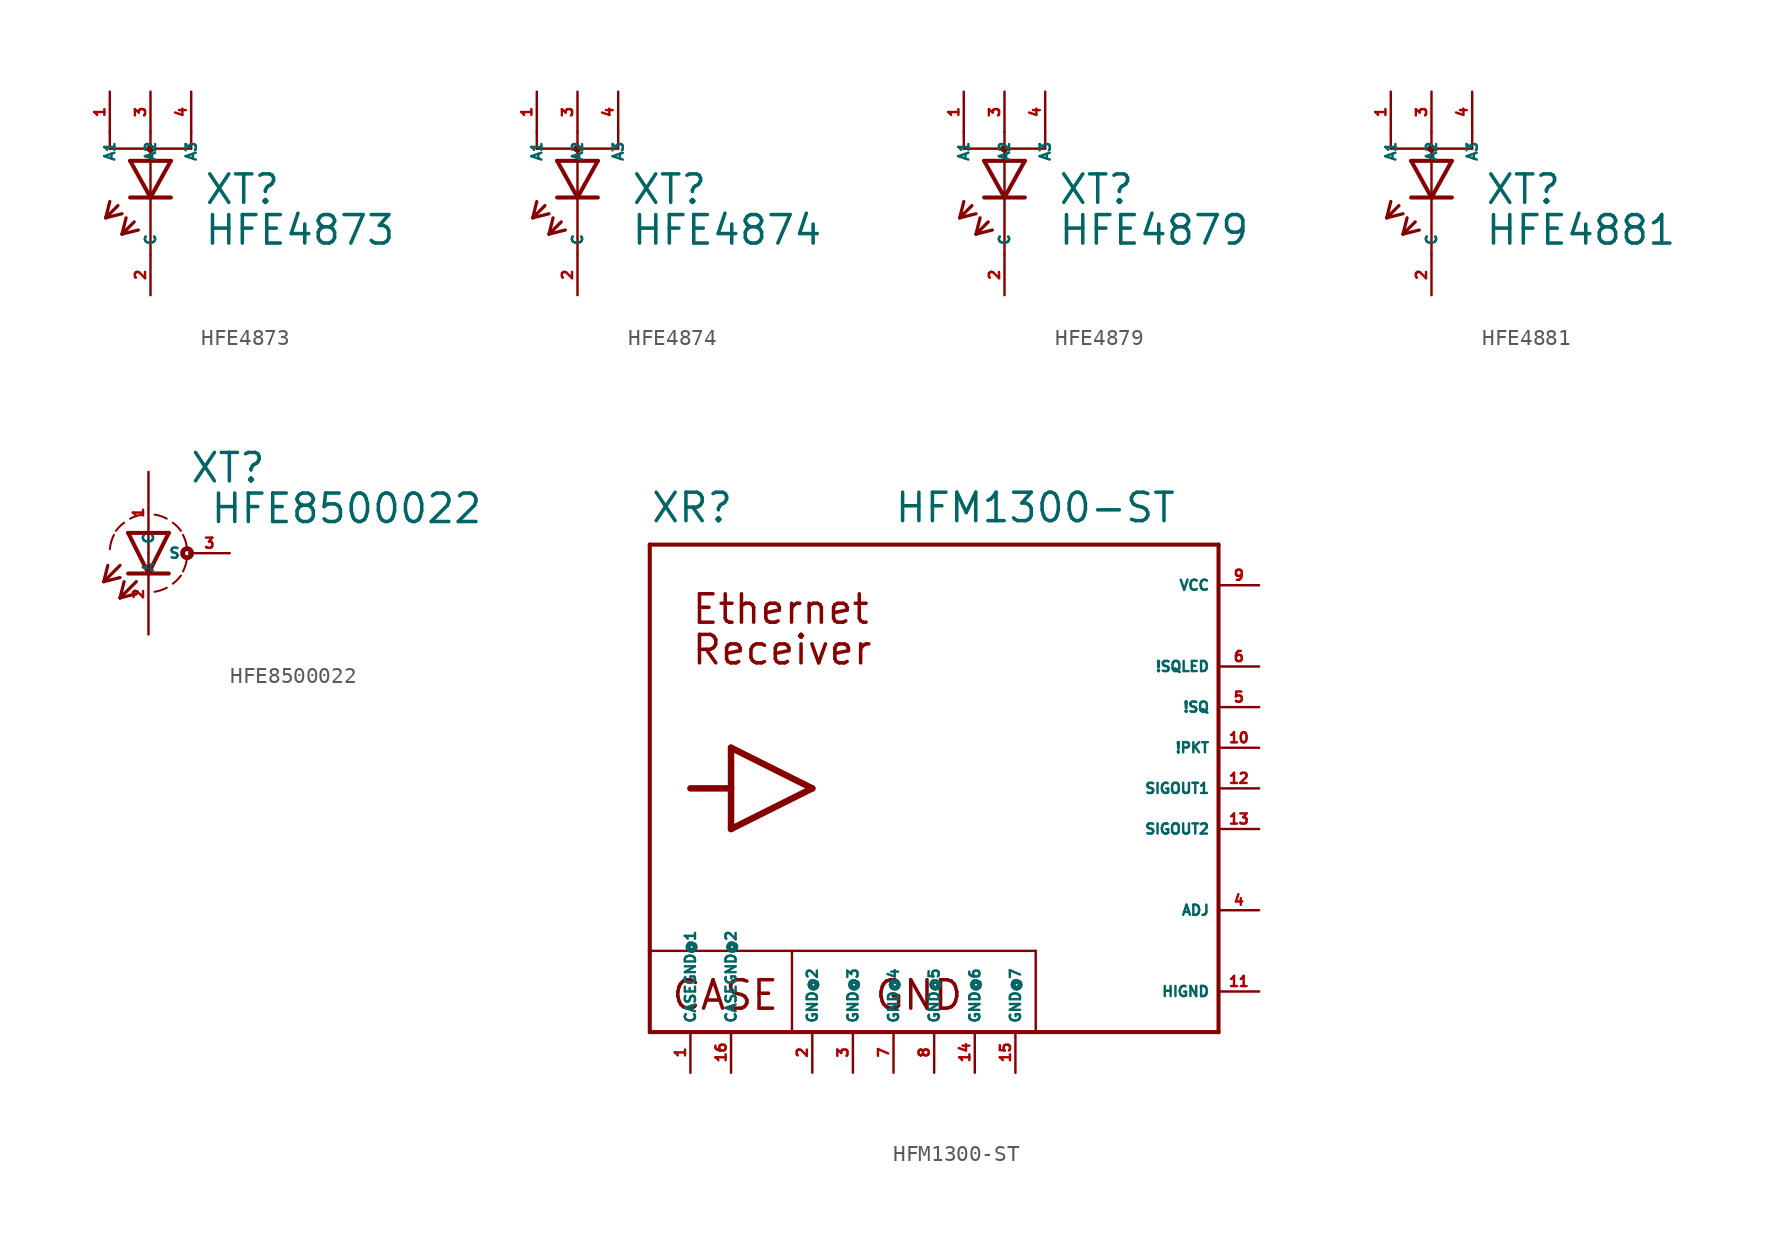
<source format=kicad_sym>
(kicad_symbol_lib
  (version 20220914)
  (generator Eagle2Kicad)
  (symbol "HFE4873"
    (property "Reference" "XT"
      (at 3.302 -2.057 0)
      (effects (font (size 1.778 1.778) (thickness 0.22)) (justify left bottom)))
    (property "Value" "HFE4873"
      (at 3.302 -4.597 0)
      (effects (font (size 1.778 1.778) (thickness 0.22)) (justify left bottom)))
    (polyline
      (pts (xy -1.27 0.762) (xy 0 -1.524))
      (stroke (width 0.254) (type default))
      (fill (type none)))
    (polyline
      (pts (xy 0 -1.524) (xy 1.27 0.762))
      (stroke (width 0.254) (type default))
      (fill (type none)))
    (polyline
      (pts (xy 1.27 -1.524) (xy 0 -1.524))
      (stroke (width 0.254) (type default))
      (fill (type none)))
    (polyline
      (pts (xy 1.27 0.762) (xy -1.27 0.762))
      (stroke (width 0.254) (type default))
      (fill (type none)))
    (polyline
      (pts (xy 0 -1.524) (xy -1.27 -1.524))
      (stroke (width 0.254) (type default))
      (fill (type none)))
    (polyline
      (pts (xy -2.032 -2.032) (xy -2.794 -2.794))
      (stroke (width 0.203) (type default))
      (fill (type none)))
    (polyline
      (pts (xy -2.794 -2.794) (xy -1.778 -2.54))
      (stroke (width 0.203) (type default))
      (fill (type none)))
    (polyline
      (pts (xy -2.794 -2.794) (xy -2.54 -1.778))
      (stroke (width 0.203) (type default))
      (fill (type none)))
    (polyline
      (pts (xy -1.016 -3.048) (xy -1.778 -3.81))
      (stroke (width 0.203) (type default))
      (fill (type none)))
    (polyline
      (pts (xy -1.778 -3.81) (xy -0.762 -3.556))
      (stroke (width 0.203) (type default))
      (fill (type none)))
    (polyline
      (pts (xy -1.778 -3.81) (xy -1.524 -2.794))
      (stroke (width 0.203) (type default))
      (fill (type none)))
    (polyline
      (pts (xy 2.54 1.524) (xy 0 1.524))
      (stroke (width 0.152) (type default))
      (fill (type none)))
    (polyline
      (pts (xy 0 1.524) (xy -2.54 1.524))
      (stroke (width 0.152) (type default))
      (fill (type none)))
    (polyline
      (pts (xy 0 -5.08) (xy 0 1.524))
      (stroke (width 0.152) (type default))
      (fill (type none)))
    (polyline
      (pts (xy 0 1.524) (xy 0 1.778))
      (stroke (width 0.152) (type default))
      (fill (type none)))
    (polyline
      (pts (xy 2.54 1.524) (xy 2.54 2.54))
      (stroke (width 0.152) (type default))
      (fill (type none)))
    (polyline
      (pts (xy 0 1.524) (xy 0 2.54))
      (stroke (width 0.152) (type default))
      (fill (type none)))
    (polyline
      (pts (xy -2.54 1.524) (xy -2.54 2.54))
      (stroke (width 0.152) (type default))
      (fill (type none)))
    (circle
      (center 0 1.524)
      (radius 0.127)
      (stroke (width 0.254) (type default))
      (fill (type none)))
    (pin passive line
      (at 0 -7.62 90)
      (length 2.54)
      (name "C" (effects (font (size 0.635 0.635) (thickness 0.08)) (justify left bottom)))
      (number "2" (effects (font (size 0.635 0.635) (thickness 0.08)) (justify left bottom))))
    (pin passive line
      (at 0 5.08 270)
      (length 2.54)
      (name "A2" (effects (font (size 0.635 0.635) (thickness 0.08)) (justify left bottom)))
      (number "3" (effects (font (size 0.635 0.635) (thickness 0.08)) (justify left bottom))))
    (pin passive line
      (at 2.54 5.08 270)
      (length 2.54)
      (name "A3" (effects (font (size 0.635 0.635) (thickness 0.08)) (justify left bottom)))
      (number "4" (effects (font (size 0.635 0.635) (thickness 0.08)) (justify left bottom))))
    (pin passive line
      (at -2.54 5.08 270)
      (length 2.54)
      (name "A1" (effects (font (size 0.635 0.635) (thickness 0.08)) (justify left bottom)))
      (number "1" (effects (font (size 0.635 0.635) (thickness 0.08)) (justify left bottom)))))
  (symbol "HFE4874"
    (property "Reference" "XT"
      (at 3.302 -2.057 0)
      (effects (font (size 1.778 1.778) (thickness 0.22)) (justify left bottom)))
    (property "Value" "HFE4874"
      (at 3.302 -4.597 0)
      (effects (font (size 1.778 1.778) (thickness 0.22)) (justify left bottom)))
    (polyline
      (pts (xy -1.27 0.762) (xy 0 -1.524))
      (stroke (width 0.254) (type default))
      (fill (type none)))
    (polyline
      (pts (xy 0 -1.524) (xy 1.27 0.762))
      (stroke (width 0.254) (type default))
      (fill (type none)))
    (polyline
      (pts (xy 1.27 -1.524) (xy 0 -1.524))
      (stroke (width 0.254) (type default))
      (fill (type none)))
    (polyline
      (pts (xy 1.27 0.762) (xy -1.27 0.762))
      (stroke (width 0.254) (type default))
      (fill (type none)))
    (polyline
      (pts (xy 0 -1.524) (xy -1.27 -1.524))
      (stroke (width 0.254) (type default))
      (fill (type none)))
    (polyline
      (pts (xy -2.032 -2.032) (xy -2.794 -2.794))
      (stroke (width 0.203) (type default))
      (fill (type none)))
    (polyline
      (pts (xy -2.794 -2.794) (xy -1.778 -2.54))
      (stroke (width 0.203) (type default))
      (fill (type none)))
    (polyline
      (pts (xy -2.794 -2.794) (xy -2.54 -1.778))
      (stroke (width 0.203) (type default))
      (fill (type none)))
    (polyline
      (pts (xy -1.016 -3.048) (xy -1.778 -3.81))
      (stroke (width 0.203) (type default))
      (fill (type none)))
    (polyline
      (pts (xy -1.778 -3.81) (xy -0.762 -3.556))
      (stroke (width 0.203) (type default))
      (fill (type none)))
    (polyline
      (pts (xy -1.778 -3.81) (xy -1.524 -2.794))
      (stroke (width 0.203) (type default))
      (fill (type none)))
    (polyline
      (pts (xy 2.54 1.524) (xy 0 1.524))
      (stroke (width 0.152) (type default))
      (fill (type none)))
    (polyline
      (pts (xy 0 1.524) (xy -2.54 1.524))
      (stroke (width 0.152) (type default))
      (fill (type none)))
    (polyline
      (pts (xy 0 -5.08) (xy 0 1.524))
      (stroke (width 0.152) (type default))
      (fill (type none)))
    (polyline
      (pts (xy 0 1.524) (xy 0 1.778))
      (stroke (width 0.152) (type default))
      (fill (type none)))
    (polyline
      (pts (xy 2.54 1.524) (xy 2.54 2.54))
      (stroke (width 0.152) (type default))
      (fill (type none)))
    (polyline
      (pts (xy 0 1.524) (xy 0 2.54))
      (stroke (width 0.152) (type default))
      (fill (type none)))
    (polyline
      (pts (xy -2.54 1.524) (xy -2.54 2.54))
      (stroke (width 0.152) (type default))
      (fill (type none)))
    (circle
      (center 0 1.524)
      (radius 0.127)
      (stroke (width 0.254) (type default))
      (fill (type none)))
    (pin passive line
      (at 0 -7.62 90)
      (length 2.54)
      (name "C" (effects (font (size 0.635 0.635) (thickness 0.08)) (justify left bottom)))
      (number "2" (effects (font (size 0.635 0.635) (thickness 0.08)) (justify left bottom))))
    (pin passive line
      (at 0 5.08 270)
      (length 2.54)
      (name "A2" (effects (font (size 0.635 0.635) (thickness 0.08)) (justify left bottom)))
      (number "3" (effects (font (size 0.635 0.635) (thickness 0.08)) (justify left bottom))))
    (pin passive line
      (at 2.54 5.08 270)
      (length 2.54)
      (name "A3" (effects (font (size 0.635 0.635) (thickness 0.08)) (justify left bottom)))
      (number "4" (effects (font (size 0.635 0.635) (thickness 0.08)) (justify left bottom))))
    (pin passive line
      (at -2.54 5.08 270)
      (length 2.54)
      (name "A1" (effects (font (size 0.635 0.635) (thickness 0.08)) (justify left bottom)))
      (number "1" (effects (font (size 0.635 0.635) (thickness 0.08)) (justify left bottom)))))
  (symbol "HFE4879"
    (property "Reference" "XT"
      (at 3.302 -2.057 0)
      (effects (font (size 1.778 1.778) (thickness 0.22)) (justify left bottom)))
    (property "Value" "HFE4879"
      (at 3.302 -4.597 0)
      (effects (font (size 1.778 1.778) (thickness 0.22)) (justify left bottom)))
    (polyline
      (pts (xy -1.27 0.762) (xy 0 -1.524))
      (stroke (width 0.254) (type default))
      (fill (type none)))
    (polyline
      (pts (xy 0 -1.524) (xy 1.27 0.762))
      (stroke (width 0.254) (type default))
      (fill (type none)))
    (polyline
      (pts (xy 1.27 -1.524) (xy 0 -1.524))
      (stroke (width 0.254) (type default))
      (fill (type none)))
    (polyline
      (pts (xy 1.27 0.762) (xy -1.27 0.762))
      (stroke (width 0.254) (type default))
      (fill (type none)))
    (polyline
      (pts (xy 0 -1.524) (xy -1.27 -1.524))
      (stroke (width 0.254) (type default))
      (fill (type none)))
    (polyline
      (pts (xy -2.032 -2.032) (xy -2.794 -2.794))
      (stroke (width 0.203) (type default))
      (fill (type none)))
    (polyline
      (pts (xy -2.794 -2.794) (xy -1.778 -2.54))
      (stroke (width 0.203) (type default))
      (fill (type none)))
    (polyline
      (pts (xy -2.794 -2.794) (xy -2.54 -1.778))
      (stroke (width 0.203) (type default))
      (fill (type none)))
    (polyline
      (pts (xy -1.016 -3.048) (xy -1.778 -3.81))
      (stroke (width 0.203) (type default))
      (fill (type none)))
    (polyline
      (pts (xy -1.778 -3.81) (xy -0.762 -3.556))
      (stroke (width 0.203) (type default))
      (fill (type none)))
    (polyline
      (pts (xy -1.778 -3.81) (xy -1.524 -2.794))
      (stroke (width 0.203) (type default))
      (fill (type none)))
    (polyline
      (pts (xy 2.54 1.524) (xy 0 1.524))
      (stroke (width 0.152) (type default))
      (fill (type none)))
    (polyline
      (pts (xy 0 1.524) (xy -2.54 1.524))
      (stroke (width 0.152) (type default))
      (fill (type none)))
    (polyline
      (pts (xy 0 -5.08) (xy 0 1.524))
      (stroke (width 0.152) (type default))
      (fill (type none)))
    (polyline
      (pts (xy 0 1.524) (xy 0 1.778))
      (stroke (width 0.152) (type default))
      (fill (type none)))
    (polyline
      (pts (xy 2.54 1.524) (xy 2.54 2.54))
      (stroke (width 0.152) (type default))
      (fill (type none)))
    (polyline
      (pts (xy 0 1.524) (xy 0 2.54))
      (stroke (width 0.152) (type default))
      (fill (type none)))
    (polyline
      (pts (xy -2.54 1.524) (xy -2.54 2.54))
      (stroke (width 0.152) (type default))
      (fill (type none)))
    (circle
      (center 0 1.524)
      (radius 0.127)
      (stroke (width 0.254) (type default))
      (fill (type none)))
    (pin passive line
      (at 0 -7.62 90)
      (length 2.54)
      (name "C" (effects (font (size 0.635 0.635) (thickness 0.08)) (justify left bottom)))
      (number "2" (effects (font (size 0.635 0.635) (thickness 0.08)) (justify left bottom))))
    (pin passive line
      (at 0 5.08 270)
      (length 2.54)
      (name "A2" (effects (font (size 0.635 0.635) (thickness 0.08)) (justify left bottom)))
      (number "3" (effects (font (size 0.635 0.635) (thickness 0.08)) (justify left bottom))))
    (pin passive line
      (at 2.54 5.08 270)
      (length 2.54)
      (name "A3" (effects (font (size 0.635 0.635) (thickness 0.08)) (justify left bottom)))
      (number "4" (effects (font (size 0.635 0.635) (thickness 0.08)) (justify left bottom))))
    (pin passive line
      (at -2.54 5.08 270)
      (length 2.54)
      (name "A1" (effects (font (size 0.635 0.635) (thickness 0.08)) (justify left bottom)))
      (number "1" (effects (font (size 0.635 0.635) (thickness 0.08)) (justify left bottom)))))
  (symbol "HFE4881"
    (property "Reference" "XT"
      (at 3.302 -2.057 0)
      (effects (font (size 1.778 1.778) (thickness 0.22)) (justify left bottom)))
    (property "Value" "HFE4881"
      (at 3.302 -4.597 0)
      (effects (font (size 1.778 1.778) (thickness 0.22)) (justify left bottom)))
    (polyline
      (pts (xy -1.27 0.762) (xy 0 -1.524))
      (stroke (width 0.254) (type default))
      (fill (type none)))
    (polyline
      (pts (xy 0 -1.524) (xy 1.27 0.762))
      (stroke (width 0.254) (type default))
      (fill (type none)))
    (polyline
      (pts (xy 1.27 -1.524) (xy 0 -1.524))
      (stroke (width 0.254) (type default))
      (fill (type none)))
    (polyline
      (pts (xy 1.27 0.762) (xy -1.27 0.762))
      (stroke (width 0.254) (type default))
      (fill (type none)))
    (polyline
      (pts (xy 0 -1.524) (xy -1.27 -1.524))
      (stroke (width 0.254) (type default))
      (fill (type none)))
    (polyline
      (pts (xy -2.032 -2.032) (xy -2.794 -2.794))
      (stroke (width 0.203) (type default))
      (fill (type none)))
    (polyline
      (pts (xy -2.794 -2.794) (xy -1.778 -2.54))
      (stroke (width 0.203) (type default))
      (fill (type none)))
    (polyline
      (pts (xy -2.794 -2.794) (xy -2.54 -1.778))
      (stroke (width 0.203) (type default))
      (fill (type none)))
    (polyline
      (pts (xy -1.016 -3.048) (xy -1.778 -3.81))
      (stroke (width 0.203) (type default))
      (fill (type none)))
    (polyline
      (pts (xy -1.778 -3.81) (xy -0.762 -3.556))
      (stroke (width 0.203) (type default))
      (fill (type none)))
    (polyline
      (pts (xy -1.778 -3.81) (xy -1.524 -2.794))
      (stroke (width 0.203) (type default))
      (fill (type none)))
    (polyline
      (pts (xy 2.54 1.524) (xy 0 1.524))
      (stroke (width 0.152) (type default))
      (fill (type none)))
    (polyline
      (pts (xy 0 1.524) (xy -2.54 1.524))
      (stroke (width 0.152) (type default))
      (fill (type none)))
    (polyline
      (pts (xy 0 -5.08) (xy 0 1.524))
      (stroke (width 0.152) (type default))
      (fill (type none)))
    (polyline
      (pts (xy 0 1.524) (xy 0 1.778))
      (stroke (width 0.152) (type default))
      (fill (type none)))
    (polyline
      (pts (xy 2.54 1.524) (xy 2.54 2.54))
      (stroke (width 0.152) (type default))
      (fill (type none)))
    (polyline
      (pts (xy 0 1.524) (xy 0 2.54))
      (stroke (width 0.152) (type default))
      (fill (type none)))
    (polyline
      (pts (xy -2.54 1.524) (xy -2.54 2.54))
      (stroke (width 0.152) (type default))
      (fill (type none)))
    (circle
      (center 0 1.524)
      (radius 0.127)
      (stroke (width 0.254) (type default))
      (fill (type none)))
    (pin passive line
      (at 0 -7.62 90)
      (length 2.54)
      (name "C" (effects (font (size 0.635 0.635) (thickness 0.08)) (justify left bottom)))
      (number "2" (effects (font (size 0.635 0.635) (thickness 0.08)) (justify left bottom))))
    (pin passive line
      (at 0 5.08 270)
      (length 2.54)
      (name "A2" (effects (font (size 0.635 0.635) (thickness 0.08)) (justify left bottom)))
      (number "3" (effects (font (size 0.635 0.635) (thickness 0.08)) (justify left bottom))))
    (pin passive line
      (at 2.54 5.08 270)
      (length 2.54)
      (name "A3" (effects (font (size 0.635 0.635) (thickness 0.08)) (justify left bottom)))
      (number "4" (effects (font (size 0.635 0.635) (thickness 0.08)) (justify left bottom))))
    (pin passive line
      (at -2.54 5.08 270)
      (length 2.54)
      (name "A1" (effects (font (size 0.635 0.635) (thickness 0.08)) (justify left bottom)))
      (number "1" (effects (font (size 0.635 0.635) (thickness 0.08)) (justify left bottom)))))
  (symbol "HFE8500022"
    (property "Reference" "XT"
      (at 2.54 4.293 0)
      (effects (font (size 1.778 1.778) (thickness 0.22)) (justify left bottom)))
    (property "Value" "HFE8500022"
      (at 3.81 1.753 0)
      (effects (font (size 1.778 1.778) (thickness 0.22)) (justify left bottom)))
    (polyline
      (pts (xy -1.27 1.27) (xy 0 -1.27))
      (stroke (width 0.254) (type default))
      (fill (type none)))
    (polyline
      (pts (xy 0 -1.27) (xy 1.27 1.27))
      (stroke (width 0.254) (type default))
      (fill (type none)))
    (polyline
      (pts (xy 1.27 -1.27) (xy 0 -1.27))
      (stroke (width 0.254) (type default))
      (fill (type none)))
    (polyline
      (pts (xy 1.27 1.27) (xy -1.27 1.27))
      (stroke (width 0.254) (type default))
      (fill (type none)))
    (polyline
      (pts (xy 0 -1.27) (xy -1.27 -1.27))
      (stroke (width 0.254) (type default))
      (fill (type none)))
    (polyline
      (pts (xy -1.778 -0.762) (xy -2.794 -1.778))
      (stroke (width 0.203) (type default))
      (fill (type none)))
    (polyline
      (pts (xy -2.794 -1.778) (xy -1.778 -1.524))
      (stroke (width 0.203) (type default))
      (fill (type none)))
    (polyline
      (pts (xy -2.794 -1.778) (xy -2.54 -0.762))
      (stroke (width 0.203) (type default))
      (fill (type none)))
    (polyline
      (pts (xy -0.762 -1.778) (xy -1.778 -2.794))
      (stroke (width 0.203) (type default))
      (fill (type none)))
    (polyline
      (pts (xy -1.778 -2.794) (xy -0.762 -2.54))
      (stroke (width 0.203) (type default))
      (fill (type none)))
    (polyline
      (pts (xy -1.778 -2.794) (xy -1.524 -1.778))
      (stroke (width 0.203) (type default))
      (fill (type none)))
    (arc
      (start 0.381 -2.413)
      (mid 0.773 -2.318)
      (end 1.143 -2.159)
      (stroke (width 0.127) (type default))
      (fill (type none)))
    (arc
      (start 2.159 -1.143)
      (mid 2.329 -0.711)
      (end 2.413 -0.254)
      (stroke (width 0.127) (type default))
      (fill (type none)))
    (arc
      (start 2.413 0.254)
      (mid 2.329 0.711)
      (end 2.159 1.143)
      (stroke (width 0.127) (type default))
      (fill (type none)))
    (arc
      (start 2.032 1.397)
      (mid 1.797 1.670)
      (end 1.524 1.905)
      (stroke (width 0.127) (type default))
      (fill (type none)))
    (arc
      (start 1.143 2.159)
      (mid 0.773 2.318)
      (end 0.381 2.413)
      (stroke (width 0.127) (type default))
      (fill (type none)))
    (arc
      (start 1.524 -1.905)
      (mid 1.797 -1.670)
      (end 2.032 -1.397)
      (stroke (width 0.127) (type default))
      (fill (type none)))
    (arc
      (start -0.381 2.413)
      (mid -0.773 2.318)
      (end -1.143 2.159)
      (stroke (width 0.127) (type default))
      (fill (type none)))
    (arc
      (start -1.524 1.905)
      (mid -1.797 1.670)
      (end -2.032 1.397)
      (stroke (width 0.127) (type default))
      (fill (type none)))
    (arc
      (start -2.159 1.143)
      (mid -2.329 0.711)
      (end -2.413 0.254)
      (stroke (width 0.127) (type default))
      (fill (type none)))
    (circle
      (center 2.413 0)
      (radius 0.127)
      (stroke (width 0.305) (type default))
      (fill (type none)))
    (pin passive line
      (at 0 5.08 270)
      (length 5.08)
      (name "A" (effects (font (size 0.635 0.635) (thickness 0.08)) (justify left bottom)))
      (number "1" (effects (font (size 0.635 0.635) (thickness 0.08)) (justify left bottom))))
    (pin passive line
      (at 0 -5.08 90)
      (length 5.08)
      (name "C" (effects (font (size 0.635 0.635) (thickness 0.08)) (justify left bottom)))
      (number "2" (effects (font (size 0.635 0.635) (thickness 0.08)) (justify left bottom))))
    (pin passive line
      (at 5.08 0 180)
      (length 2.54)
      (name "S" (effects (font (size 0.635 0.635) (thickness 0.08)) (justify left bottom)))
      (number "3" (effects (font (size 0.635 0.635) (thickness 0.08)) (justify left bottom)))))
  (symbol "HFM1300-ST"
    (property "Reference" "XR"
      (at -17.78 16.51 0)
      (effects (font (size 1.778 1.778) (thickness 0.22)) (justify left bottom)))
    (property "Value" "HFM1300-ST"
      (at -2.54 16.51 0)
      (effects (font (size 1.778 1.778) (thickness 0.22)) (justify left bottom)))
    (polyline
      (pts (xy 17.78 -15.24) (xy 6.35 -15.24))
      (stroke (width 0.254) (type default))
      (fill (type none)))
    (polyline
      (pts (xy 6.35 -15.24) (xy -8.89 -15.24))
      (stroke (width 0.254) (type default))
      (fill (type none)))
    (polyline
      (pts (xy -8.89 -15.24) (xy -17.78 -15.24))
      (stroke (width 0.254) (type default))
      (fill (type none)))
    (polyline
      (pts (xy -17.78 -15.24) (xy -17.78 -10.16))
      (stroke (width 0.254) (type default))
      (fill (type none)))
    (polyline
      (pts (xy -17.78 -10.16) (xy -17.78 15.24))
      (stroke (width 0.254) (type default))
      (fill (type none)))
    (polyline
      (pts (xy -17.78 15.24) (xy 17.78 15.24))
      (stroke (width 0.254) (type default))
      (fill (type none)))
    (polyline
      (pts (xy 17.78 15.24) (xy 17.78 -15.24))
      (stroke (width 0.254) (type default))
      (fill (type none)))
    (polyline
      (pts (xy -15.24 0) (xy -12.7 0))
      (stroke (width 0.406) (type default))
      (fill (type none)))
    (polyline
      (pts (xy -7.62 0) (xy -12.7 2.54))
      (stroke (width 0.406) (type default))
      (fill (type none)))
    (polyline
      (pts (xy -12.7 2.54) (xy -12.7 0))
      (stroke (width 0.406) (type default))
      (fill (type none)))
    (polyline
      (pts (xy -12.7 0) (xy -12.7 -2.54))
      (stroke (width 0.406) (type default))
      (fill (type none)))
    (polyline
      (pts (xy -12.7 -2.54) (xy -7.62 0))
      (stroke (width 0.406) (type default))
      (fill (type none)))
    (polyline
      (pts (xy -17.78 -10.16) (xy -8.89 -10.16))
      (stroke (width 0.152) (type default))
      (fill (type none)))
    (polyline
      (pts (xy -8.89 -10.16) (xy -8.89 -15.24))
      (stroke (width 0.152) (type default))
      (fill (type none)))
    (polyline
      (pts (xy -8.89 -10.16) (xy 6.35 -10.16))
      (stroke (width 0.152) (type default))
      (fill (type none)))
    (polyline
      (pts (xy 6.35 -10.16) (xy 6.35 -15.24))
      (stroke (width 0.152) (type default))
      (fill (type none)))
    (text "CASE"
      (at -16.51 -13.97 0)
      (effects (font (size 1.778 1.778) (thickness 0.22)) (justify left bottom)))
    (text "GND"
      (at -3.81 -13.97 0)
      (effects (font (size 1.778 1.778) (thickness 0.22)) (justify left bottom)))
    (text "Ethernet"
      (at -15.24 10.16 0)
      (effects (font (size 1.778 1.778) (thickness 0.22)) (justify left bottom)))
    (text "Receiver"
      (at -15.24 7.62 0)
      (effects (font (size 1.778 1.778) (thickness 0.22)) (justify left bottom)))
    (pin unspecified line
      (at -15.24 -17.78 90)
      (length 2.54)
      (name "CASEGND@1" (effects (font (size 0.635 0.635) (thickness 0.08)) (justify left bottom)))
      (number "1" (effects (font (size 0.635 0.635) (thickness 0.08)) (justify left bottom))))
    (pin unspecified line
      (at -7.62 -17.78 90)
      (length 2.54)
      (name "GND@2" (effects (font (size 0.635 0.635) (thickness 0.08)) (justify left bottom)))
      (number "2" (effects (font (size 0.635 0.635) (thickness 0.08)) (justify left bottom))))
    (pin unspecified line
      (at -5.08 -17.78 90)
      (length 2.54)
      (name "GND@3" (effects (font (size 0.635 0.635) (thickness 0.08)) (justify left bottom)))
      (number "3" (effects (font (size 0.635 0.635) (thickness 0.08)) (justify left bottom))))
    (pin unspecified line
      (at -2.54 -17.78 90)
      (length 2.54)
      (name "GND@4" (effects (font (size 0.635 0.635) (thickness 0.08)) (justify left bottom)))
      (number "7" (effects (font (size 0.635 0.635) (thickness 0.08)) (justify left bottom))))
    (pin unspecified line
      (at 0 -17.78 90)
      (length 2.54)
      (name "GND@5" (effects (font (size 0.635 0.635) (thickness 0.08)) (justify left bottom)))
      (number "8" (effects (font (size 0.635 0.635) (thickness 0.08)) (justify left bottom))))
    (pin unspecified line
      (at 2.54 -17.78 90)
      (length 2.54)
      (name "GND@6" (effects (font (size 0.635 0.635) (thickness 0.08)) (justify left bottom)))
      (number "14" (effects (font (size 0.635 0.635) (thickness 0.08)) (justify left bottom))))
    (pin unspecified line
      (at 5.08 -17.78 90)
      (length 2.54)
      (name "GND@7" (effects (font (size 0.635 0.635) (thickness 0.08)) (justify left bottom)))
      (number "15" (effects (font (size 0.635 0.635) (thickness 0.08)) (justify left bottom))))
    (pin unspecified line
      (at -12.7 -17.78 90)
      (length 2.54)
      (name "CASEGND@2" (effects (font (size 0.635 0.635) (thickness 0.08)) (justify left bottom)))
      (number "16" (effects (font (size 0.635 0.635) (thickness 0.08)) (justify left bottom))))
    (pin input line
      (at 20.32 -7.62 180)
      (length 2.54)
      (name "ADJ" (effects (font (size 0.635 0.635) (thickness 0.08)) (justify left bottom)))
      (number "4" (effects (font (size 0.635 0.635) (thickness 0.08)) (justify left bottom))))
    (pin unspecified line
      (at 20.32 12.7 180)
      (length 2.54)
      (name "VCC" (effects (font (size 0.635 0.635) (thickness 0.08)) (justify left bottom)))
      (number "9" (effects (font (size 0.635 0.635) (thickness 0.08)) (justify left bottom))))
    (pin output line
      (at 20.32 0 180)
      (length 2.54)
      (name "SIGOUT1" (effects (font (size 0.635 0.635) (thickness 0.08)) (justify left bottom)))
      (number "12" (effects (font (size 0.635 0.635) (thickness 0.08)) (justify left bottom))))
    (pin output line
      (at 20.32 -2.54 180)
      (length 2.54)
      (name "SIGOUT2" (effects (font (size 0.635 0.635) (thickness 0.08)) (justify left bottom)))
      (number "13" (effects (font (size 0.635 0.635) (thickness 0.08)) (justify left bottom))))
    (pin unspecified line
      (at 20.32 -12.7 180)
      (length 2.54)
      (name "HIGND" (effects (font (size 0.635 0.635) (thickness 0.08)) (justify left bottom)))
      (number "11" (effects (font (size 0.635 0.635) (thickness 0.08)) (justify left bottom))))
    (pin output line
      (at 20.32 2.54 180)
      (length 2.54)
      (name "!PKT" (effects (font (size 0.635 0.635) (thickness 0.08)) (justify left bottom)))
      (number "10" (effects (font (size 0.635 0.635) (thickness 0.08)) (justify left bottom))))
    (pin output line
      (at 20.32 5.08 180)
      (length 2.54)
      (name "!SQ" (effects (font (size 0.635 0.635) (thickness 0.08)) (justify left bottom)))
      (number "5" (effects (font (size 0.635 0.635) (thickness 0.08)) (justify left bottom))))
    (pin output line
      (at 20.32 7.62 180)
      (length 2.54)
      (name "!SQLED" (effects (font (size 0.635 0.635) (thickness 0.08)) (justify left bottom)))
      (number "6" (effects (font (size 0.635 0.635) (thickness 0.08)) (justify left bottom))))))
</source>
